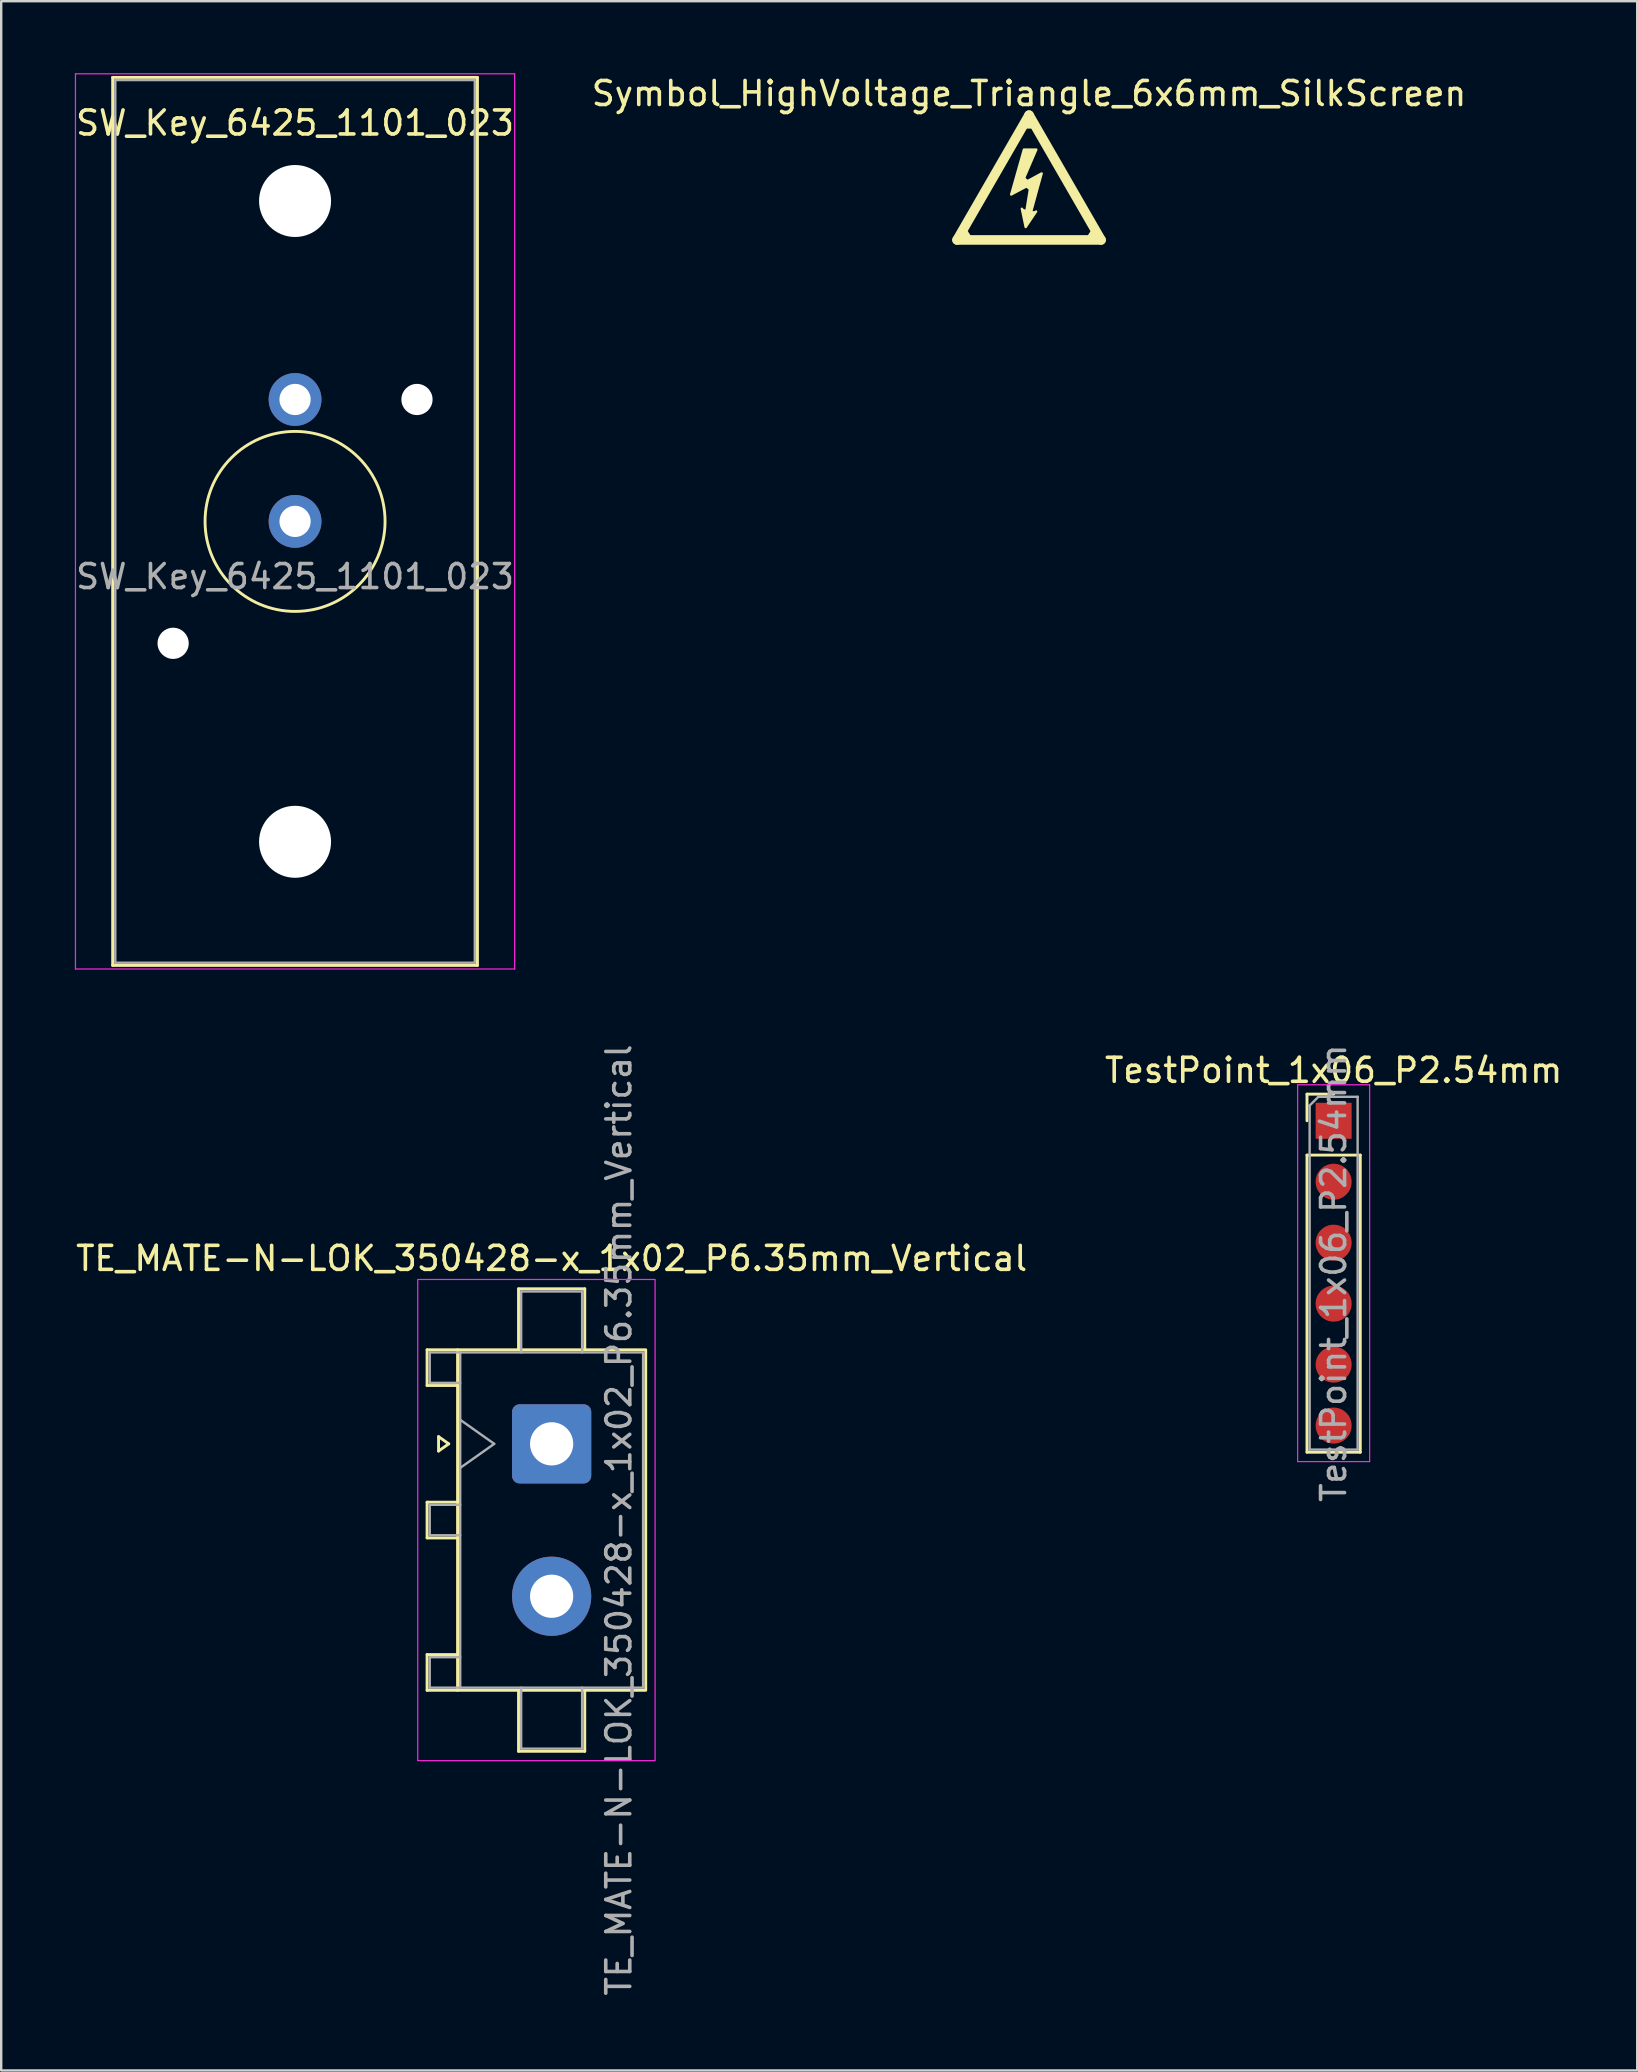
<source format=kicad_pcb>
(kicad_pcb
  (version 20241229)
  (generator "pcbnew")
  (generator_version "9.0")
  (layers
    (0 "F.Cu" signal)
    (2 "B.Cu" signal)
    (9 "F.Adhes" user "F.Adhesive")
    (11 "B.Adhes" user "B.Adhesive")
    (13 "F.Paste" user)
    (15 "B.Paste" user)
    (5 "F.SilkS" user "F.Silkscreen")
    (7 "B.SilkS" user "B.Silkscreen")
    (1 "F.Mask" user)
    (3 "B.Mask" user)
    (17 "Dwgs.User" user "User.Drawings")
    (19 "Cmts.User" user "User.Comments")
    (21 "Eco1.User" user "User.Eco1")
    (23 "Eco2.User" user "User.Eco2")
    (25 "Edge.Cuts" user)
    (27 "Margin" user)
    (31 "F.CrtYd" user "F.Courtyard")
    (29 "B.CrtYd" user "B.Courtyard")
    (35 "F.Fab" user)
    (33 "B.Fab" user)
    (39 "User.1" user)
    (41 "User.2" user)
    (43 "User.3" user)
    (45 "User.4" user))
  (footprint "SW_Key_6425_1101_023"
    (layer "F.Cu")
    (at 9.244 18.675)
    (property "Reference" "SW_Key_6425_1101_023" (at 0 -16.6 0) (layer "F.SilkS") (effects (font (size 1 1) (thickness 0.15))))
    (attr through_hole)
    (fp_line (start -7.6 -18.5) (end -7.6 18.5) (stroke (width 0.12) (type solid)) (layer "F.SilkS"))
    (fp_line (start -7.6 -18.5) (end 7.6 -18.5) (stroke (width 0.12) (type solid)) (layer "F.SilkS"))
    (fp_line (start 7.6 -18.5) (end 7.6 18.5) (stroke (width 0.12) (type solid)) (layer "F.SilkS"))
    (fp_line (start 7.6 18.5) (end -7.6 18.5) (stroke (width 0.12) (type solid)) (layer "F.SilkS"))
    (fp_circle (center 0 0) (end 3.75 0) (stroke (width 0.12) (type solid)) (fill no) (layer "F.SilkS"))
    (fp_line (start -9.15 -18.65) (end -9.15 18.65) (stroke (width 0.05) (type solid)) (layer "F.CrtYd"))
    (fp_line (start -9.15 -18.65) (end 9.15 -18.65) (stroke (width 0.05) (type solid)) (layer "F.CrtYd"))
    (fp_line (start 9.15 18.65) (end -9.15 18.65) (stroke (width 0.05) (type solid)) (layer "F.CrtYd"))
    (fp_line (start 9.15 18.65) (end 9.15 -18.65) (stroke (width 0.05) (type solid)) (layer "F.CrtYd"))
    (fp_line (start -7.49 -18.39) (end 7.49 -18.39) (stroke (width 0.1) (type solid)) (layer "F.Fab"))
    (fp_line (start -7.49 18.39) (end -7.49 -18.39) (stroke (width 0.1) (type solid)) (layer "F.Fab"))
    (fp_line (start 7.49 -18.39) (end 7.49 18.39) (stroke (width 0.1) (type solid)) (layer "F.Fab"))
    (fp_line (start 7.49 18.39) (end -7.49 18.39) (stroke (width 0.1) (type solid)) (layer "F.Fab"))
    (fp_text user "${REFERENCE}" (at 0 2.3 0) (layer "F.Fab") (effects (font (size 1 1) (thickness 0.15))))
    (pad "" np_thru_hole circle (at -5.08 5.08) (size 1.3 1.3) (drill 1.3) (layers "*.Cu" "*.Mask"))
    (pad "" np_thru_hole circle (at 0 -13.35) (size 3 3) (drill 3) (layers "*.Cu" "*.Mask"))
    (pad "" np_thru_hole circle (at 0 13.35) (size 3 3) (drill 3) (layers "*.Cu" "*.Mask"))
    (pad "" np_thru_hole circle (at 5.08 -5.08) (size 1.3 1.3) (drill 1.3) (layers "*.Cu" "*.Mask"))
    (pad "1" thru_hole circle (at 0 0) (size 2.2 2.2) (drill 1.3) (layers "*.Cu" "*.Mask"))
    (pad "2" thru_hole circle (at 0 -5.08) (size 2.2 2.2) (drill 1.3) (layers "*.Cu" "*.Mask")))
  (footprint "TestPoint_1x06_P2.54mm"
    (layer "F.Cu")
    (at 52.518 43.649)
    (property "Reference" "TestPoint_1x06_P2.54mm" (at 0 -2.1 0) (layer "F.SilkS") (effects (font (size 1 1) (thickness 0.15))))
    (attr smd)
    (fp_line (start -1.11 -1.11) (end 0 -1.11) (stroke (width 0.12) (type solid)) (layer "F.SilkS"))
    (fp_line (start -1.11 0) (end -1.11 -1.11) (stroke (width 0.12) (type solid)) (layer "F.SilkS"))
    (fp_line (start -1.11 1.43) (end -1.11 13.81) (stroke (width 0.12) (type solid)) (layer "F.SilkS"))
    (fp_line (start -1.11 1.43) (end 1.11 1.43) (stroke (width 0.12) (type solid)) (layer "F.SilkS"))
    (fp_line (start -1.11 13.81) (end 1.11 13.81) (stroke (width 0.12) (type solid)) (layer "F.SilkS"))
    (fp_line (start 1.11 1.43) (end 1.11 13.81) (stroke (width 0.12) (type solid)) (layer "F.SilkS"))
    (fp_line (start -1.5 -1.5) (end -1.5 14.2) (stroke (width 0.05) (type solid)) (layer "F.CrtYd"))
    (fp_line (start -1.5 14.2) (end 1.5 14.2) (stroke (width 0.05) (type solid)) (layer "F.CrtYd"))
    (fp_line (start 1.5 -1.5) (end -1.5 -1.5) (stroke (width 0.05) (type solid)) (layer "F.CrtYd"))
    (fp_line (start 1.5 14.2) (end 1.5 -1.5) (stroke (width 0.05) (type solid)) (layer "F.CrtYd"))
    (fp_line (start -1 -0.635) (end -0.635 -1) (stroke (width 0.1) (type solid)) (layer "F.Fab"))
    (fp_line (start -1 13.7) (end -1 -0.635) (stroke (width 0.1) (type solid)) (layer "F.Fab"))
    (fp_line (start -0.635 -1) (end 1 -1) (stroke (width 0.1) (type solid)) (layer "F.Fab"))
    (fp_line (start 1 -1) (end 1 13.7) (stroke (width 0.1) (type solid)) (layer "F.Fab"))
    (fp_line (start 1 13.7) (end -1 13.7) (stroke (width 0.1) (type solid)) (layer "F.Fab"))
    (fp_text user "${REFERENCE}" (at 0 6.35 90) (layer "F.Fab") (effects (font (size 1 1) (thickness 0.15))))
    (pad "1" smd rect (at 0 0) (size 1.5 1.5) (layers "F.Cu" "F.Mask"))
    (pad "2" smd circle (at 0 2.54) (size 1.5 1.5) (layers "F.Cu" "F.Mask"))
    (pad "3" smd circle (at 0 5.08) (size 1.5 1.5) (layers "F.Cu" "F.Mask"))
    (pad "4" smd circle (at 0 7.62) (size 1.5 1.5) (layers "F.Cu" "F.Mask"))
    (pad "5" smd circle (at 0 10.16) (size 1.5 1.5) (layers "F.Cu" "F.Mask"))
    (pad "6" smd circle (at 0 12.7) (size 1.5 1.5) (layers "F.Cu" "F.Mask")))
  (footprint "Symbol_HighVoltage_Triangle_6x6mm_SilkScreen"
    (layer "F.Cu")
    (at 39.827 4.348)
    (property "Reference" "Symbol_HighVoltage_Triangle_6x6mm_SilkScreen" (at 0 -3.5 0) (layer "F.SilkS") (effects (font (size 1 1) (thickness 0.15))))
    (attr exclude_from_pos_files exclude_from_bom)
    (fp_line (start -3 2.6) (end 0 -2.6) (stroke (width 0.4) (type solid)) (layer "F.SilkS"))
    (fp_line (start -2.457 2.565) (end -2.723 2.155) (stroke (width 0.2) (type default)) (layer "F.SilkS"))
    (fp_line (start -0.28 0.03) (end -0.08 0.21) (stroke (width 0.2) (type default)) (layer "F.SilkS"))
    (fp_line (start -0.26 1.36) (end 0.21 1.46) (stroke (width 0.102) (type default)) (layer "F.SilkS"))
    (fp_line (start -0.135 0.295) (end 0.115 0.465) (stroke (width 0.2) (type default)) (layer "F.SilkS"))
    (fp_line (start -0.125 -2.14) (end 0.125 -2.14) (stroke (width 0.2) (type default)) (layer "F.SilkS"))
    (fp_line (start 0 -2.6) (end 3 2.6) (stroke (width 0.4) (type solid)) (layer "F.SilkS"))
    (fp_line (start 2.467 2.565) (end 2.733 2.155) (stroke (width 0.2) (type default)) (layer "F.SilkS"))
    (fp_line (start 3 2.6) (end -3 2.6) (stroke (width 0.4) (type solid)) (layer "F.SilkS"))
    (fp_poly (pts (xy -0.321 0.284) (xy 0.525 -0.171) (xy 0.049 1.565) (xy 0.293 1.416) (xy -0.141 2.062) (xy -0.3 1.3) (xy -0.131 1.533) (xy 0.07 0.273) (xy -0.745 0.707) (xy -0.215 -1.166) (xy 0.303 -1.166)) (stroke (width 0.1) (type solid)) (fill yes) (layer "F.SilkS")))
  (footprint "TE_MATE-N-LOK_350428-x_1x02_P6.35mm_Vertical"
    (layer "F.Cu")
    (at 19.935 60.285)
    (property "Reference" "TE_MATE-N-LOK_350428-x_1x02_P6.35mm_Vertical" (at 0 -10.9 0) (layer "F.SilkS") (effects (font (size 1 1) (thickness 0.15))))
    (attr through_hole)
    (fp_line (start -5.19 -7.095) (end -5.19 -5.605) (stroke (width 0.12) (type default)) (layer "F.SilkS"))
    (fp_line (start -5.19 -5.605) (end -3.92 -5.605) (stroke (width 0.12) (type default)) (layer "F.SilkS"))
    (fp_line (start -5.19 -0.745) (end -5.19 0.745) (stroke (width 0.12) (type default)) (layer "F.SilkS"))
    (fp_line (start -5.19 5.605) (end -5.19 7.095) (stroke (width 0.12) (type default)) (layer "F.SilkS"))
    (fp_line (start -4.712 -3.475) (end -4.288 -3.175) (stroke (width 0.12) (type solid)) (layer "F.SilkS"))
    (fp_line (start -4.712 -2.875) (end -4.712 -3.475) (stroke (width 0.12) (type solid)) (layer "F.SilkS"))
    (fp_line (start -4.288 -3.175) (end -4.712 -2.875) (stroke (width 0.12) (type solid)) (layer "F.SilkS"))
    (fp_line (start -3.92 -7.095) (end -5.19 -7.095) (stroke (width 0.12) (type default)) (layer "F.SilkS"))
    (fp_line (start -3.92 -0.745) (end -5.19 -0.745) (stroke (width 0.12) (type default)) (layer "F.SilkS"))
    (fp_line (start -3.92 0.745) (end -5.19 0.745) (stroke (width 0.12) (type default)) (layer "F.SilkS"))
    (fp_line (start -3.92 5.605) (end -5.19 5.605) (stroke (width 0.12) (type default)) (layer "F.SilkS"))
    (fp_line (start -3.92 7.095) (end -5.19 7.095) (stroke (width 0.12) (type default)) (layer "F.SilkS"))
    (fp_line (start -1.38 -9.635) (end 1.38 -9.635) (stroke (width 0.12) (type default)) (layer "F.SilkS"))
    (fp_line (start -1.38 -7.095) (end -1.38 -9.635) (stroke (width 0.12) (type default)) (layer "F.SilkS"))
    (fp_line (start -1.38 7.095) (end -1.38 9.635) (stroke (width 0.12) (type default)) (layer "F.SilkS"))
    (fp_line (start -1.38 9.635) (end 1.38 9.635) (stroke (width 0.12) (type default)) (layer "F.SilkS"))
    (fp_line (start 1.38 -7.095) (end 1.38 -9.635) (stroke (width 0.12) (type default)) (layer "F.SilkS"))
    (fp_line (start 1.38 7.095) (end 1.38 9.635) (stroke (width 0.12) (type default)) (layer "F.SilkS"))
    (fp_rect (start -3.92 -7.095) (end 3.92 7.095) (stroke (width 0.12) (type default)) (fill no) (layer "F.SilkS"))
    (fp_rect (start -5.58 -10.025) (end 4.31 10.025) (stroke (width 0.05) (type default)) (fill no) (layer "F.CrtYd"))
    (fp_line (start -5.08 -6.985) (end -5.08 -5.715) (stroke (width 0.1) (type default)) (layer "F.Fab"))
    (fp_line (start -5.08 -0.635) (end -5.08 0.635) (stroke (width 0.1) (type default)) (layer "F.Fab"))
    (fp_line (start -5.08 5.715) (end -5.08 6.985) (stroke (width 0.1) (type default)) (layer "F.Fab"))
    (fp_line (start -3.81 -6.985) (end -5.08 -6.985) (stroke (width 0.1) (type default)) (layer "F.Fab"))
    (fp_line (start -3.81 -5.715) (end -5.08 -5.715) (stroke (width 0.1) (type default)) (layer "F.Fab"))
    (fp_line (start -3.81 -0.635) (end -5.08 -0.635) (stroke (width 0.1) (type default)) (layer "F.Fab"))
    (fp_line (start -3.81 0.635) (end -5.08 0.635) (stroke (width 0.1) (type default)) (layer "F.Fab"))
    (fp_line (start -3.81 5.715) (end -5.08 5.715) (stroke (width 0.1) (type default)) (layer "F.Fab"))
    (fp_line (start -3.81 6.985) (end -5.08 6.985) (stroke (width 0.1) (type default)) (layer "F.Fab"))
    (fp_line (start -3.807 -4.175) (end -2.393 -3.175) (stroke (width 0.1) (type solid)) (layer "F.Fab"))
    (fp_line (start -2.393 -3.175) (end -3.807 -2.175) (stroke (width 0.1) (type solid)) (layer "F.Fab"))
    (fp_line (start -1.27 -9.525) (end 1.27 -9.525) (stroke (width 0.1) (type solid)) (layer "F.Fab"))
    (fp_line (start -1.27 -6.985) (end -1.27 -9.525) (stroke (width 0.1) (type solid)) (layer "F.Fab"))
    (fp_line (start -1.27 6.985) (end -1.27 9.525) (stroke (width 0.1) (type solid)) (layer "F.Fab"))
    (fp_line (start -1.27 9.525) (end 1.27 9.525) (stroke (width 0.1) (type solid)) (layer "F.Fab"))
    (fp_line (start 1.27 -9.525) (end 1.27 -6.985) (stroke (width 0.1) (type solid)) (layer "F.Fab"))
    (fp_line (start 1.27 9.525) (end 1.27 6.985) (stroke (width 0.1) (type solid)) (layer "F.Fab"))
    (fp_rect (start -3.81 -6.985) (end 3.81 6.985) (stroke (width 0.1) (type default)) (fill no) (layer "F.Fab"))
    (fp_text user "${REFERENCE}" (at 2.8 0 90) (layer "F.Fab") (effects (font (size 1 1) (thickness 0.15))))
    (pad "1" thru_hole roundrect (at 0 -3.175) (size 3.3 3.3) (drill 1.8) (layers "*.Cu" "*.Mask") (roundrect_rratio 0.095))
    (pad "2" thru_hole oval (at 0 3.175) (size 3.3 3.3) (drill 1.8) (layers "*.Cu" "*.Mask")))
  (gr_rect
    (start -3 -3)
    (end 65.167 83.219)
    (stroke (width 0.1) (type default))
    (fill no)
    (layer "Edge.Cuts")))
</source>
